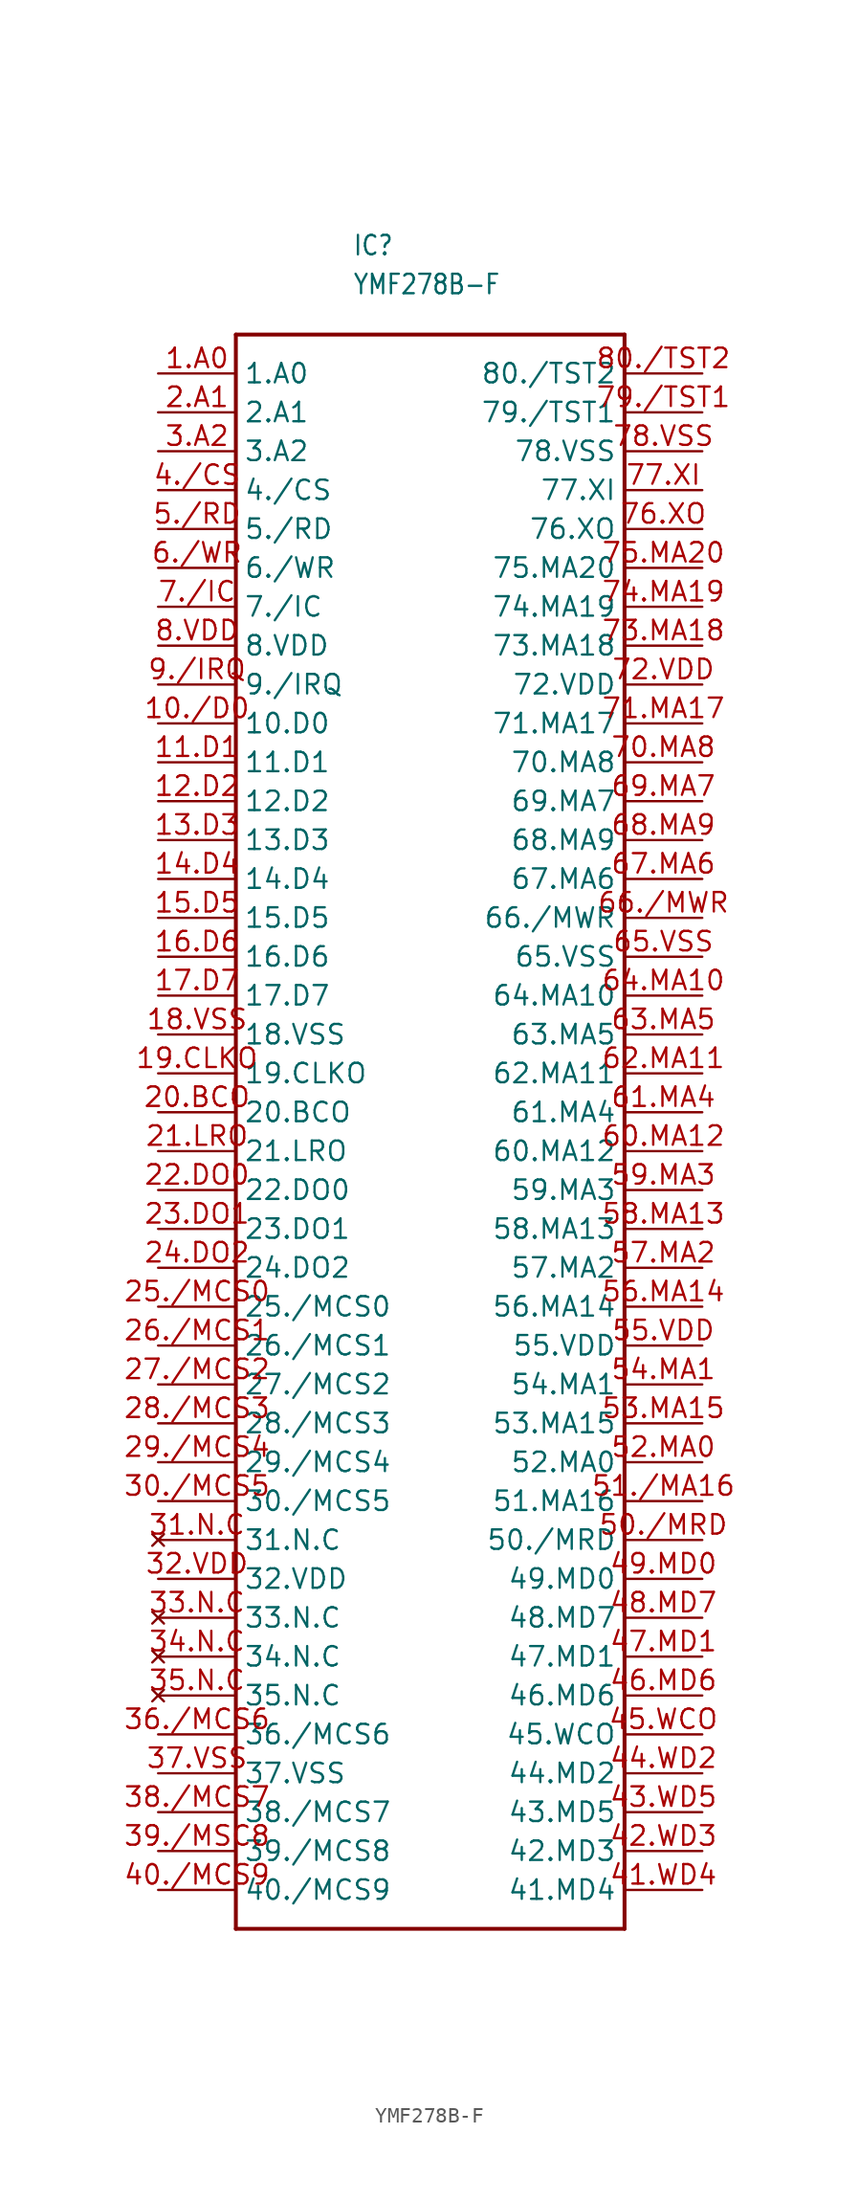
<source format=kicad_sym>
(kicad_symbol_lib
  (version 20211014)
  (generator kicad_symbol_editor)
  (symbol "YMF278B-F"
    (property "Reference" "IC"
      (at 2.54 58.42 0)
      (effects (font (size 1.27 1.079)) (justify left bottom)))
    (property "Value" "YMF278B-F"
      (at 2.54 55.88 0)
      (effects (font (size 1.27 1.079)) (justify left bottom)))
    (property "ki_locked" ""
      (at 0 0 0)
      (effects (font (size 1.27 1.27))))
    (symbol "YMF278B-F_1_0"
      (polyline (pts (xy -5.08 -50.8) (xy -5.08 53.34)) (stroke (width 0.254) (type default) (color 0 0 0 0)) (fill (type none)))
      (polyline (pts (xy -5.08 53.34) (xy 20.32 53.34)) (stroke (width 0.254) (type default) (color 0 0 0 0)) (fill (type none)))
      (polyline (pts (xy 20.32 -50.8) (xy -5.08 -50.8)) (stroke (width 0.254) (type default) (color 0 0 0 0)) (fill (type none)))
      (polyline (pts (xy 20.32 53.34) (xy 20.32 -50.8)) (stroke (width 0.254) (type default) (color 0 0 0 0)) (fill (type none)))
      (pin input line (at -10.16 50.8 0) (length 5.08) (name "1.A0" (effects (font (size 1.27 1.27)))) (number "1.A0" (effects (font (size 1.27 1.27)))))
      (pin bidirectional line (at -10.16 27.94 0) (length 5.08) (name "10.D0" (effects (font (size 1.27 1.27)))) (number "10./D0" (effects (font (size 1.27 1.27)))))
      (pin bidirectional line (at -10.16 25.4 0) (length 5.08) (name "11.D1" (effects (font (size 1.27 1.27)))) (number "11.D1" (effects (font (size 1.27 1.27)))))
      (pin bidirectional line (at -10.16 22.86 0) (length 5.08) (name "12.D2" (effects (font (size 1.27 1.27)))) (number "12.D2" (effects (font (size 1.27 1.27)))))
      (pin bidirectional line (at -10.16 20.32 0) (length 5.08) (name "13.D3" (effects (font (size 1.27 1.27)))) (number "13.D3" (effects (font (size 1.27 1.27)))))
      (pin bidirectional line (at -10.16 17.78 0) (length 5.08) (name "14.D4" (effects (font (size 1.27 1.27)))) (number "14.D4" (effects (font (size 1.27 1.27)))))
      (pin bidirectional line (at -10.16 15.24 0) (length 5.08) (name "15.D5" (effects (font (size 1.27 1.27)))) (number "15.D5" (effects (font (size 1.27 1.27)))))
      (pin bidirectional line (at -10.16 12.7 0) (length 5.08) (name "16.D6" (effects (font (size 1.27 1.27)))) (number "16.D6" (effects (font (size 1.27 1.27)))))
      (pin bidirectional line (at -10.16 10.16 0) (length 5.08) (name "17.D7" (effects (font (size 1.27 1.27)))) (number "17.D7" (effects (font (size 1.27 1.27)))))
      (pin bidirectional line (at -10.16 7.62 0) (length 5.08) (name "18.VSS" (effects (font (size 1.27 1.27)))) (number "18.VSS" (effects (font (size 1.27 1.27)))))
      (pin output line (at -10.16 5.08 0) (length 5.08) (name "19.CLKO" (effects (font (size 1.27 1.27)))) (number "19.CLKO" (effects (font (size 1.27 1.27)))))
      (pin input line (at -10.16 48.26 0) (length 5.08) (name "2.A1" (effects (font (size 1.27 1.27)))) (number "2.A1" (effects (font (size 1.27 1.27)))))
      (pin output line (at -10.16 2.54 0) (length 5.08) (name "20.BCO" (effects (font (size 1.27 1.27)))) (number "20.BCO" (effects (font (size 1.27 1.27)))))
      (pin output line (at -10.16 0 0) (length 5.08) (name "21.LRO" (effects (font (size 1.27 1.27)))) (number "21.LRO" (effects (font (size 1.27 1.27)))))
      (pin output line (at -10.16 -2.54 0) (length 5.08) (name "22.DO0" (effects (font (size 1.27 1.27)))) (number "22.DO0" (effects (font (size 1.27 1.27)))))
      (pin output line (at -10.16 -5.08 0) (length 5.08) (name "23.DO1" (effects (font (size 1.27 1.27)))) (number "23.DO1" (effects (font (size 1.27 1.27)))))
      (pin output line (at -10.16 -7.62 0) (length 5.08) (name "24.DO2" (effects (font (size 1.27 1.27)))) (number "24.DO2" (effects (font (size 1.27 1.27)))))
      (pin output line (at -10.16 -10.16 0) (length 5.08) (name "25./MCS0" (effects (font (size 1.27 1.27)))) (number "25./MCS0" (effects (font (size 1.27 1.27)))))
      (pin output line (at -10.16 -12.7 0) (length 5.08) (name "26./MCS1" (effects (font (size 1.27 1.27)))) (number "26./MCS1" (effects (font (size 1.27 1.27)))))
      (pin output line (at -10.16 -15.24 0) (length 5.08) (name "27./MCS2" (effects (font (size 1.27 1.27)))) (number "27./MCS2" (effects (font (size 1.27 1.27)))))
      (pin output line (at -10.16 -17.78 0) (length 5.08) (name "28./MCS3" (effects (font (size 1.27 1.27)))) (number "28./MCS3" (effects (font (size 1.27 1.27)))))
      (pin output line (at -10.16 -20.32 0) (length 5.08) (name "29./MCS4" (effects (font (size 1.27 1.27)))) (number "29./MCS4" (effects (font (size 1.27 1.27)))))
      (pin input line (at -10.16 45.72 0) (length 5.08) (name "3.A2" (effects (font (size 1.27 1.27)))) (number "3.A2" (effects (font (size 1.27 1.27)))))
      (pin output line (at -10.16 -22.86 0) (length 5.08) (name "30./MCS5" (effects (font (size 1.27 1.27)))) (number "30./MCS5" (effects (font (size 1.27 1.27)))))
      (pin no_connect line (at -10.16 -25.4 0) (length 5.08) (name "31.N.C" (effects (font (size 1.27 1.27)))) (number "31.N.C" (effects (font (size 1.27 1.27)))))
      (pin bidirectional line (at -10.16 -27.94 0) (length 5.08) (name "32.VDD" (effects (font (size 1.27 1.27)))) (number "32.VDD" (effects (font (size 1.27 1.27)))))
      (pin no_connect line (at -10.16 -30.48 0) (length 5.08) (name "33.N.C" (effects (font (size 1.27 1.27)))) (number "33.N.C" (effects (font (size 1.27 1.27)))))
      (pin no_connect line (at -10.16 -33.02 0) (length 5.08) (name "34.N.C" (effects (font (size 1.27 1.27)))) (number "34.N.C" (effects (font (size 1.27 1.27)))))
      (pin no_connect line (at -10.16 -35.56 0) (length 5.08) (name "35.N.C" (effects (font (size 1.27 1.27)))) (number "35.N.C" (effects (font (size 1.27 1.27)))))
      (pin output line (at -10.16 -38.1 0) (length 5.08) (name "36./MCS6" (effects (font (size 1.27 1.27)))) (number "36./MCS6" (effects (font (size 1.27 1.27)))))
      (pin bidirectional line (at -10.16 -40.64 0) (length 5.08) (name "37.VSS" (effects (font (size 1.27 1.27)))) (number "37.VSS" (effects (font (size 1.27 1.27)))))
      (pin output line (at -10.16 -43.18 0) (length 5.08) (name "38./MCS7" (effects (font (size 1.27 1.27)))) (number "38./MCS7" (effects (font (size 1.27 1.27)))))
      (pin output line (at -10.16 -45.72 0) (length 5.08) (name "39./MCS8" (effects (font (size 1.27 1.27)))) (number "39./MSC8" (effects (font (size 1.27 1.27)))))
      (pin input line (at -10.16 43.18 0) (length 5.08) (name "4./CS" (effects (font (size 1.27 1.27)))) (number "4./CS" (effects (font (size 1.27 1.27)))))
      (pin output line (at -10.16 -48.26 0) (length 5.08) (name "40./MCS9" (effects (font (size 1.27 1.27)))) (number "40./MCS9" (effects (font (size 1.27 1.27)))))
      (pin bidirectional line (at 25.4 -48.26 180) (length 5.08) (name "41.MD4" (effects (font (size 1.27 1.27)))) (number "41.WD4" (effects (font (size 1.27 1.27)))))
      (pin bidirectional line (at 25.4 -45.72 180) (length 5.08) (name "42.MD3" (effects (font (size 1.27 1.27)))) (number "42.WD3" (effects (font (size 1.27 1.27)))))
      (pin bidirectional line (at 25.4 -43.18 180) (length 5.08) (name "43.MD5" (effects (font (size 1.27 1.27)))) (number "43.WD5" (effects (font (size 1.27 1.27)))))
      (pin bidirectional line (at 25.4 -40.64 180) (length 5.08) (name "44.MD2" (effects (font (size 1.27 1.27)))) (number "44.WD2" (effects (font (size 1.27 1.27)))))
      (pin output line (at 25.4 -38.1 180) (length 5.08) (name "45.WCO" (effects (font (size 1.27 1.27)))) (number "45.WCO" (effects (font (size 1.27 1.27)))))
      (pin bidirectional line (at 25.4 -35.56 180) (length 5.08) (name "46.MD6" (effects (font (size 1.27 1.27)))) (number "46.MD6" (effects (font (size 1.27 1.27)))))
      (pin bidirectional line (at 25.4 -33.02 180) (length 5.08) (name "47.MD1" (effects (font (size 1.27 1.27)))) (number "47.MD1" (effects (font (size 1.27 1.27)))))
      (pin bidirectional line (at 25.4 -30.48 180) (length 5.08) (name "48.MD7" (effects (font (size 1.27 1.27)))) (number "48.MD7" (effects (font (size 1.27 1.27)))))
      (pin bidirectional line (at 25.4 -27.94 180) (length 5.08) (name "49.MD0" (effects (font (size 1.27 1.27)))) (number "49.MD0" (effects (font (size 1.27 1.27)))))
      (pin input line (at -10.16 40.64 0) (length 5.08) (name "5./RD" (effects (font (size 1.27 1.27)))) (number "5./RD" (effects (font (size 1.27 1.27)))))
      (pin output line (at 25.4 -25.4 180) (length 5.08) (name "50./MRD" (effects (font (size 1.27 1.27)))) (number "50./MRD" (effects (font (size 1.27 1.27)))))
      (pin output line (at 25.4 -22.86 180) (length 5.08) (name "51.MA16" (effects (font (size 1.27 1.27)))) (number "51./MA16" (effects (font (size 1.27 1.27)))))
      (pin output line (at 25.4 -20.32 180) (length 5.08) (name "52.MA0" (effects (font (size 1.27 1.27)))) (number "52.MA0" (effects (font (size 1.27 1.27)))))
      (pin output line (at 25.4 -17.78 180) (length 5.08) (name "53.MA15" (effects (font (size 1.27 1.27)))) (number "53.MA15" (effects (font (size 1.27 1.27)))))
      (pin output line (at 25.4 -15.24 180) (length 5.08) (name "54.MA1" (effects (font (size 1.27 1.27)))) (number "54.MA1" (effects (font (size 1.27 1.27)))))
      (pin bidirectional line (at 25.4 -12.7 180) (length 5.08) (name "55.VDD" (effects (font (size 1.27 1.27)))) (number "55.VDD" (effects (font (size 1.27 1.27)))))
      (pin output line (at 25.4 -10.16 180) (length 5.08) (name "56.MA14" (effects (font (size 1.27 1.27)))) (number "56.MA14" (effects (font (size 1.27 1.27)))))
      (pin output line (at 25.4 -7.62 180) (length 5.08) (name "57.MA2" (effects (font (size 1.27 1.27)))) (number "57.MA2" (effects (font (size 1.27 1.27)))))
      (pin output line (at 25.4 -5.08 180) (length 5.08) (name "58.MA13" (effects (font (size 1.27 1.27)))) (number "58.MA13" (effects (font (size 1.27 1.27)))))
      (pin output line (at 25.4 -2.54 180) (length 5.08) (name "59.MA3" (effects (font (size 1.27 1.27)))) (number "59.MA3" (effects (font (size 1.27 1.27)))))
      (pin input line (at -10.16 38.1 0) (length 5.08) (name "6./WR" (effects (font (size 1.27 1.27)))) (number "6./WR" (effects (font (size 1.27 1.27)))))
      (pin output line (at 25.4 0 180) (length 5.08) (name "60.MA12" (effects (font (size 1.27 1.27)))) (number "60.MA12" (effects (font (size 1.27 1.27)))))
      (pin output line (at 25.4 2.54 180) (length 5.08) (name "61.MA4" (effects (font (size 1.27 1.27)))) (number "61.MA4" (effects (font (size 1.27 1.27)))))
      (pin output line (at 25.4 5.08 180) (length 5.08) (name "62.MA11" (effects (font (size 1.27 1.27)))) (number "62.MA11" (effects (font (size 1.27 1.27)))))
      (pin output line (at 25.4 7.62 180) (length 5.08) (name "63.MA5" (effects (font (size 1.27 1.27)))) (number "63.MA5" (effects (font (size 1.27 1.27)))))
      (pin output line (at 25.4 10.16 180) (length 5.08) (name "64.MA10" (effects (font (size 1.27 1.27)))) (number "64.MA10" (effects (font (size 1.27 1.27)))))
      (pin bidirectional line (at 25.4 12.7 180) (length 5.08) (name "65.VSS" (effects (font (size 1.27 1.27)))) (number "65.VSS" (effects (font (size 1.27 1.27)))))
      (pin output line (at 25.4 15.24 180) (length 5.08) (name "66./MWR" (effects (font (size 1.27 1.27)))) (number "66./MWR" (effects (font (size 1.27 1.27)))))
      (pin output line (at 25.4 17.78 180) (length 5.08) (name "67.MA6" (effects (font (size 1.27 1.27)))) (number "67.MA6" (effects (font (size 1.27 1.27)))))
      (pin output line (at 25.4 20.32 180) (length 5.08) (name "68.MA9" (effects (font (size 1.27 1.27)))) (number "68.MA9" (effects (font (size 1.27 1.27)))))
      (pin output line (at 25.4 22.86 180) (length 5.08) (name "69.MA7" (effects (font (size 1.27 1.27)))) (number "69.MA7" (effects (font (size 1.27 1.27)))))
      (pin input line (at -10.16 35.56 0) (length 5.08) (name "7./IC" (effects (font (size 1.27 1.27)))) (number "7./IC" (effects (font (size 1.27 1.27)))))
      (pin output line (at 25.4 25.4 180) (length 5.08) (name "70.MA8" (effects (font (size 1.27 1.27)))) (number "70.MA8" (effects (font (size 1.27 1.27)))))
      (pin output line (at 25.4 27.94 180) (length 5.08) (name "71.MA17" (effects (font (size 1.27 1.27)))) (number "71.MA17" (effects (font (size 1.27 1.27)))))
      (pin bidirectional line (at 25.4 30.48 180) (length 5.08) (name "72.VDD" (effects (font (size 1.27 1.27)))) (number "72.VDD" (effects (font (size 1.27 1.27)))))
      (pin output line (at 25.4 33.02 180) (length 5.08) (name "73.MA18" (effects (font (size 1.27 1.27)))) (number "73.MA18" (effects (font (size 1.27 1.27)))))
      (pin output line (at 25.4 35.56 180) (length 5.08) (name "74.MA19" (effects (font (size 1.27 1.27)))) (number "74.MA19" (effects (font (size 1.27 1.27)))))
      (pin output line (at 25.4 38.1 180) (length 5.08) (name "75.MA20" (effects (font (size 1.27 1.27)))) (number "75.MA20" (effects (font (size 1.27 1.27)))))
      (pin output line (at 25.4 40.64 180) (length 5.08) (name "76.XO" (effects (font (size 1.27 1.27)))) (number "76.XO" (effects (font (size 1.27 1.27)))))
      (pin input line (at 25.4 43.18 180) (length 5.08) (name "77.XI" (effects (font (size 1.27 1.27)))) (number "77.XI" (effects (font (size 1.27 1.27)))))
      (pin bidirectional line (at 25.4 45.72 180) (length 5.08) (name "78.VSS" (effects (font (size 1.27 1.27)))) (number "78.VSS" (effects (font (size 1.27 1.27)))))
      (pin input line (at 25.4 48.26 180) (length 5.08) (name "79./TST1" (effects (font (size 1.27 1.27)))) (number "79./TST1" (effects (font (size 1.27 1.27)))))
      (pin bidirectional line (at -10.16 33.02 0) (length 5.08) (name "8.VDD" (effects (font (size 1.27 1.27)))) (number "8.VDD" (effects (font (size 1.27 1.27)))))
      (pin input line (at 25.4 50.8 180) (length 5.08) (name "80./TST2" (effects (font (size 1.27 1.27)))) (number "80./TST2" (effects (font (size 1.27 1.27)))))
      (pin bidirectional line (at -10.16 30.48 0) (length 5.08) (name "9./IRQ" (effects (font (size 1.27 1.27)))) (number "9./IRQ" (effects (font (size 1.27 1.27))))))))
</source>
